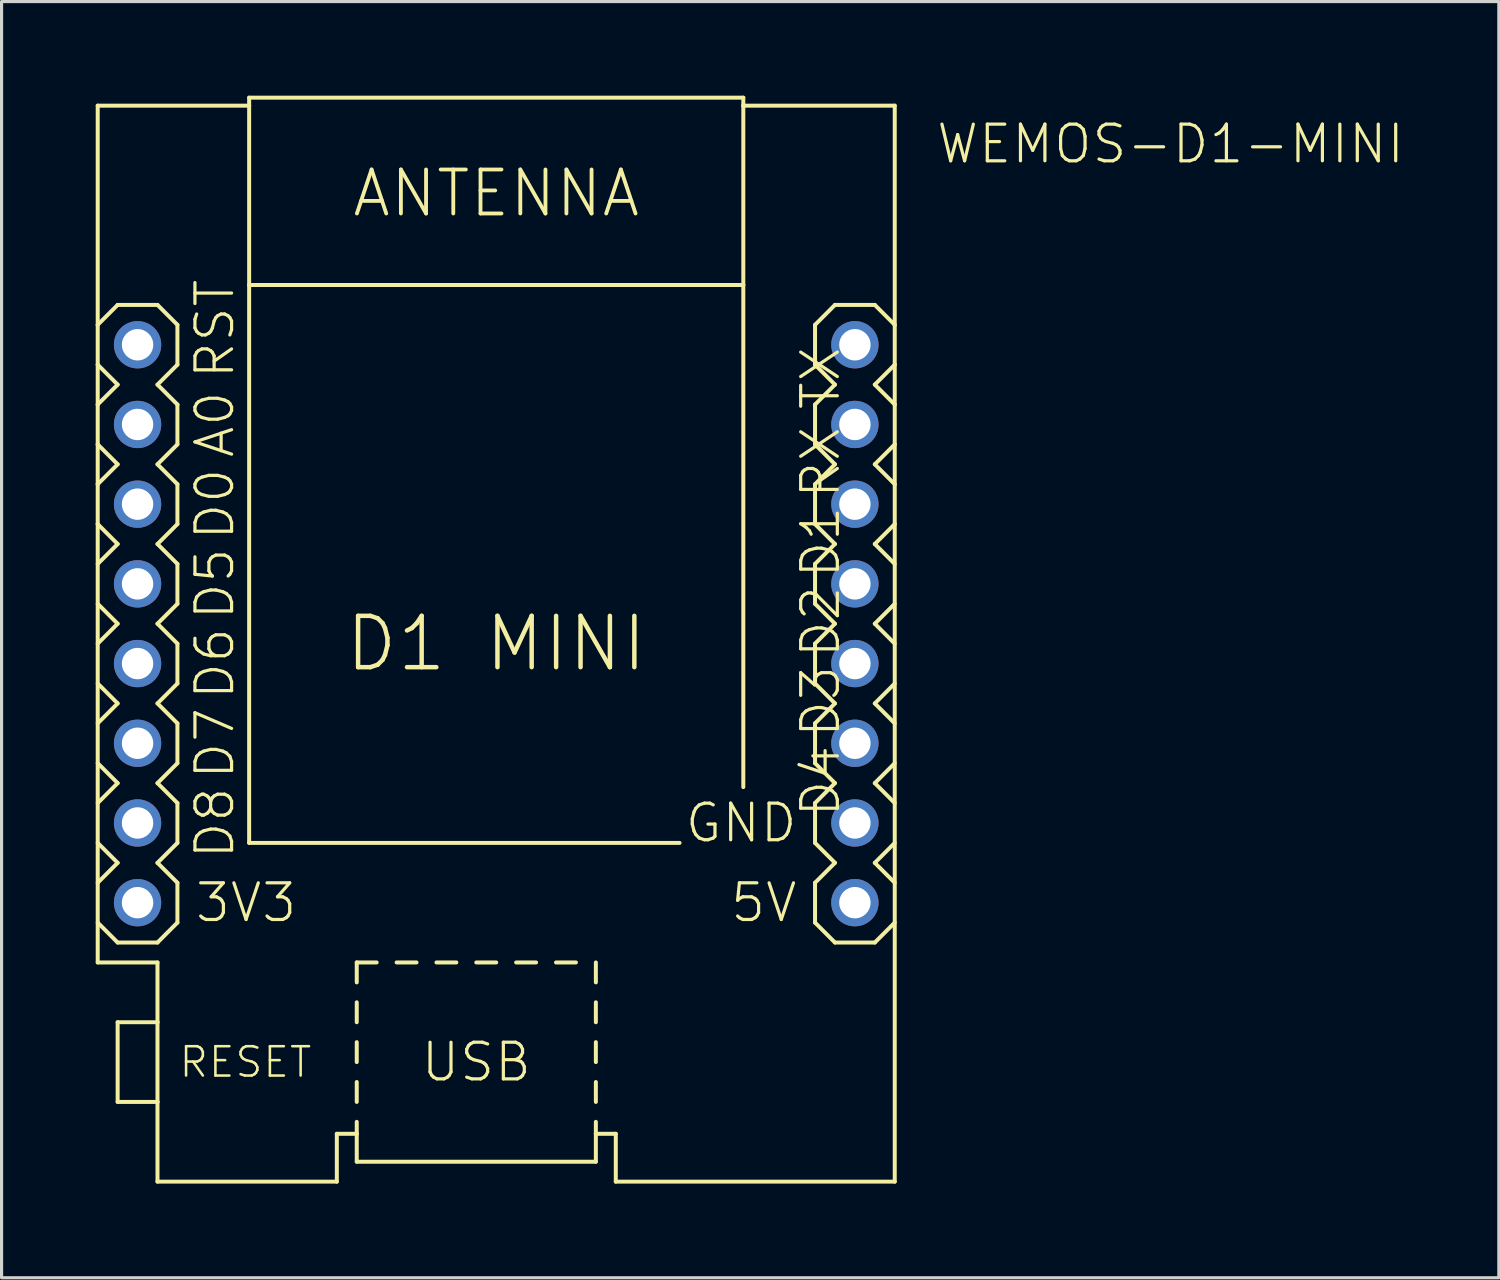
<source format=kicad_pcb>
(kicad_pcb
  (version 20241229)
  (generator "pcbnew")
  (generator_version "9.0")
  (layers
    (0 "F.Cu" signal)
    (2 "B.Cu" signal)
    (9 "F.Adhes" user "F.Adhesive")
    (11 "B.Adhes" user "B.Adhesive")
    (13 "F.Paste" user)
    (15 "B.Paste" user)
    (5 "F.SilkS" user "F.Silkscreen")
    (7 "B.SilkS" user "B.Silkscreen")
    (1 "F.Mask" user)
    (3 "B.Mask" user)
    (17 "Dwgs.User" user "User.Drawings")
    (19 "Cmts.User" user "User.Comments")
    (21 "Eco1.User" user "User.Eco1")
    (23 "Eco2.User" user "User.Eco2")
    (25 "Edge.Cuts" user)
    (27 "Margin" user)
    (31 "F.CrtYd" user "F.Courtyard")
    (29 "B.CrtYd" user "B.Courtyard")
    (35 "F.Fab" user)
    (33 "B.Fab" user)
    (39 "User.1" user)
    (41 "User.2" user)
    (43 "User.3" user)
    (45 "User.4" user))
  (footprint "WEMOS-D1-MINI"
    (layer "F.Cu")
    (at 12.764 17.462)
    (property "Reference" "WEMOS-D1-MINI" (at 13.97 -15.24 0) (layer "F.SilkS") (effects (font (size 1.168 1.168) (thickness 0.102)) (justify left bottom)))
    (fp_line (start -12.7 -17.145) (end -7.874 -17.145) (stroke (width 0.127) (type solid)) (layer "F.SilkS"))
    (fp_line (start -12.7 -10.16) (end -12.7 -17.145) (stroke (width 0.127) (type solid)) (layer "F.SilkS"))
    (fp_line (start -12.7 -10.16) (end -12.065 -10.795) (stroke (width 0.127) (type solid)) (layer "F.SilkS"))
    (fp_line (start -12.7 -8.89) (end -12.7 -10.16) (stroke (width 0.127) (type solid)) (layer "F.SilkS"))
    (fp_line (start -12.7 -7.62) (end -12.7 -8.89) (stroke (width 0.127) (type solid)) (layer "F.SilkS"))
    (fp_line (start -12.7 -7.62) (end -12.065 -8.255) (stroke (width 0.127) (type solid)) (layer "F.SilkS"))
    (fp_line (start -12.7 -6.35) (end -12.7 -7.62) (stroke (width 0.127) (type solid)) (layer "F.SilkS"))
    (fp_line (start -12.7 -5.08) (end -12.7 -6.35) (stroke (width 0.127) (type solid)) (layer "F.SilkS"))
    (fp_line (start -12.7 -5.08) (end -12.065 -5.715) (stroke (width 0.127) (type solid)) (layer "F.SilkS"))
    (fp_line (start -12.7 -3.81) (end -12.7 -5.08) (stroke (width 0.127) (type solid)) (layer "F.SilkS"))
    (fp_line (start -12.7 -3.81) (end -12.7 10.16) (stroke (width 0.127) (type solid)) (layer "F.SilkS"))
    (fp_line (start -12.7 -2.54) (end -12.065 -3.175) (stroke (width 0.127) (type solid)) (layer "F.SilkS"))
    (fp_line (start -12.7 -1.27) (end -12.065 -0.635) (stroke (width 0.127) (type solid)) (layer "F.SilkS"))
    (fp_line (start -12.7 1.27) (end -12.065 1.905) (stroke (width 0.127) (type solid)) (layer "F.SilkS"))
    (fp_line (start -12.7 3.81) (end -12.065 4.445) (stroke (width 0.127) (type solid)) (layer "F.SilkS"))
    (fp_line (start -12.7 6.35) (end -12.065 6.985) (stroke (width 0.127) (type solid)) (layer "F.SilkS"))
    (fp_line (start -12.7 8.89) (end -12.065 9.525) (stroke (width 0.127) (type solid)) (layer "F.SilkS"))
    (fp_line (start -12.7 10.16) (end -10.795 10.16) (stroke (width 0.127) (type solid)) (layer "F.SilkS"))
    (fp_line (start -12.065 -10.795) (end -10.795 -10.795) (stroke (width 0.127) (type solid)) (layer "F.SilkS"))
    (fp_line (start -12.065 -8.255) (end -12.7 -8.89) (stroke (width 0.127) (type solid)) (layer "F.SilkS"))
    (fp_line (start -12.065 -5.715) (end -12.7 -6.35) (stroke (width 0.127) (type solid)) (layer "F.SilkS"))
    (fp_line (start -12.065 -3.175) (end -12.7 -3.81) (stroke (width 0.127) (type solid)) (layer "F.SilkS"))
    (fp_line (start -12.065 -0.635) (end -12.7 0) (stroke (width 0.127) (type solid)) (layer "F.SilkS"))
    (fp_line (start -12.065 1.905) (end -12.7 2.54) (stroke (width 0.127) (type solid)) (layer "F.SilkS"))
    (fp_line (start -12.065 4.445) (end -12.7 5.08) (stroke (width 0.127) (type solid)) (layer "F.SilkS"))
    (fp_line (start -12.065 6.985) (end -12.7 7.62) (stroke (width 0.127) (type solid)) (layer "F.SilkS"))
    (fp_line (start -12.065 9.525) (end -10.795 9.525) (stroke (width 0.127) (type solid)) (layer "F.SilkS"))
    (fp_line (start -12.065 12.065) (end -12.065 14.605) (stroke (width 0.127) (type solid)) (layer "F.SilkS"))
    (fp_line (start -12.065 14.605) (end -10.795 14.605) (stroke (width 0.127) (type solid)) (layer "F.SilkS"))
    (fp_line (start -10.795 -10.795) (end -10.16 -10.16) (stroke (width 0.127) (type solid)) (layer "F.SilkS"))
    (fp_line (start -10.795 -8.255) (end -10.16 -7.62) (stroke (width 0.127) (type solid)) (layer "F.SilkS"))
    (fp_line (start -10.795 -5.715) (end -10.16 -5.08) (stroke (width 0.127) (type solid)) (layer "F.SilkS"))
    (fp_line (start -10.795 -3.175) (end -10.16 -2.54) (stroke (width 0.127) (type solid)) (layer "F.SilkS"))
    (fp_line (start -10.795 -0.635) (end -10.16 0) (stroke (width 0.127) (type solid)) (layer "F.SilkS"))
    (fp_line (start -10.795 1.905) (end -10.16 2.54) (stroke (width 0.127) (type solid)) (layer "F.SilkS"))
    (fp_line (start -10.795 4.445) (end -10.16 5.08) (stroke (width 0.127) (type solid)) (layer "F.SilkS"))
    (fp_line (start -10.795 9.525) (end -10.16 8.89) (stroke (width 0.127) (type solid)) (layer "F.SilkS"))
    (fp_line (start -10.795 10.16) (end -10.795 12.065) (stroke (width 0.127) (type solid)) (layer "F.SilkS"))
    (fp_line (start -10.795 12.065) (end -12.065 12.065) (stroke (width 0.127) (type solid)) (layer "F.SilkS"))
    (fp_line (start -10.795 12.065) (end -10.795 14.605) (stroke (width 0.127) (type solid)) (layer "F.SilkS"))
    (fp_line (start -10.795 14.605) (end -10.795 17.145) (stroke (width 0.127) (type solid)) (layer "F.SilkS"))
    (fp_line (start -10.795 17.145) (end -5.08 17.145) (stroke (width 0.127) (type solid)) (layer "F.SilkS"))
    (fp_line (start -10.16 -10.16) (end -10.16 -8.89) (stroke (width 0.127) (type solid)) (layer "F.SilkS"))
    (fp_line (start -10.16 -8.89) (end -10.795 -8.255) (stroke (width 0.127) (type solid)) (layer "F.SilkS"))
    (fp_line (start -10.16 -7.62) (end -10.16 -6.35) (stroke (width 0.127) (type solid)) (layer "F.SilkS"))
    (fp_line (start -10.16 -6.35) (end -10.795 -5.715) (stroke (width 0.127) (type solid)) (layer "F.SilkS"))
    (fp_line (start -10.16 -5.08) (end -10.16 -3.81) (stroke (width 0.127) (type solid)) (layer "F.SilkS"))
    (fp_line (start -10.16 -3.81) (end -10.795 -3.175) (stroke (width 0.127) (type solid)) (layer "F.SilkS"))
    (fp_line (start -10.16 -2.54) (end -10.16 -1.27) (stroke (width 0.127) (type solid)) (layer "F.SilkS"))
    (fp_line (start -10.16 -1.27) (end -10.795 -0.635) (stroke (width 0.127) (type solid)) (layer "F.SilkS"))
    (fp_line (start -10.16 0) (end -10.16 1.27) (stroke (width 0.127) (type solid)) (layer "F.SilkS"))
    (fp_line (start -10.16 1.27) (end -10.795 1.905) (stroke (width 0.127) (type solid)) (layer "F.SilkS"))
    (fp_line (start -10.16 2.54) (end -10.16 3.81) (stroke (width 0.127) (type solid)) (layer "F.SilkS"))
    (fp_line (start -10.16 3.81) (end -10.795 4.445) (stroke (width 0.127) (type solid)) (layer "F.SilkS"))
    (fp_line (start -10.16 5.08) (end -10.16 6.35) (stroke (width 0.127) (type solid)) (layer "F.SilkS"))
    (fp_line (start -10.16 6.35) (end -10.795 6.985) (stroke (width 0.127) (type solid)) (layer "F.SilkS"))
    (fp_line (start -10.16 7.62) (end -10.795 6.985) (stroke (width 0.127) (type solid)) (layer "F.SilkS"))
    (fp_line (start -10.16 8.89) (end -10.16 7.62) (stroke (width 0.127) (type solid)) (layer "F.SilkS"))
    (fp_line (start -7.874 -17.399) (end -7.874 -17.145) (stroke (width 0.127) (type solid)) (layer "F.SilkS"))
    (fp_line (start -7.874 -17.399) (end 7.874 -17.399) (stroke (width 0.127) (type solid)) (layer "F.SilkS"))
    (fp_line (start -7.874 -17.145) (end -7.874 -11.43) (stroke (width 0.127) (type solid)) (layer "F.SilkS"))
    (fp_line (start -7.874 -11.43) (end -7.874 6.35) (stroke (width 0.127) (type solid)) (layer "F.SilkS"))
    (fp_line (start -7.874 -11.43) (end 7.874 -11.43) (stroke (width 0.127) (type solid)) (layer "F.SilkS"))
    (fp_line (start -7.874 6.35) (end 5.842 6.35) (stroke (width 0.127) (type solid)) (layer "F.SilkS"))
    (fp_line (start -5.08 15.621) (end -4.445 15.621) (stroke (width 0.127) (type solid)) (layer "F.SilkS"))
    (fp_line (start -5.08 17.145) (end -5.08 15.621) (stroke (width 0.127) (type solid)) (layer "F.SilkS"))
    (fp_line (start -4.445 10.16) (end -4.445 10.795) (stroke (width 0.127) (type solid)) (layer "F.SilkS"))
    (fp_line (start -4.445 10.16) (end -3.81 10.16) (stroke (width 0.127) (type solid)) (layer "F.SilkS"))
    (fp_line (start -4.445 11.43) (end -4.445 12.065) (stroke (width 0.127) (type solid)) (layer "F.SilkS"))
    (fp_line (start -4.445 12.7) (end -4.445 13.335) (stroke (width 0.127) (type solid)) (layer "F.SilkS"))
    (fp_line (start -4.445 13.97) (end -4.445 14.605) (stroke (width 0.127) (type solid)) (layer "F.SilkS"))
    (fp_line (start -4.445 15.24) (end -4.445 15.621) (stroke (width 0.127) (type solid)) (layer "F.SilkS"))
    (fp_line (start -4.445 15.621) (end -4.445 16.51) (stroke (width 0.127) (type solid)) (layer "F.SilkS"))
    (fp_line (start -4.445 16.51) (end 3.175 16.51) (stroke (width 0.127) (type solid)) (layer "F.SilkS"))
    (fp_line (start -3.175 10.16) (end -2.54 10.16) (stroke (width 0.127) (type solid)) (layer "F.SilkS"))
    (fp_line (start -1.905 10.16) (end -1.27 10.16) (stroke (width 0.127) (type solid)) (layer "F.SilkS"))
    (fp_line (start -0.635 10.16) (end 0 10.16) (stroke (width 0.127) (type solid)) (layer "F.SilkS"))
    (fp_line (start 0.635 10.16) (end 1.27 10.16) (stroke (width 0.127) (type solid)) (layer "F.SilkS"))
    (fp_line (start 1.905 10.16) (end 2.54 10.16) (stroke (width 0.127) (type solid)) (layer "F.SilkS"))
    (fp_line (start 3.175 10.16) (end 3.175 10.795) (stroke (width 0.127) (type solid)) (layer "F.SilkS"))
    (fp_line (start 3.175 11.43) (end 3.175 12.065) (stroke (width 0.127) (type solid)) (layer "F.SilkS"))
    (fp_line (start 3.175 12.7) (end 3.175 13.335) (stroke (width 0.127) (type solid)) (layer "F.SilkS"))
    (fp_line (start 3.175 13.97) (end 3.175 14.605) (stroke (width 0.127) (type solid)) (layer "F.SilkS"))
    (fp_line (start 3.175 15.24) (end 3.175 15.621) (stroke (width 0.127) (type solid)) (layer "F.SilkS"))
    (fp_line (start 3.175 16.51) (end 3.175 15.621) (stroke (width 0.127) (type solid)) (layer "F.SilkS"))
    (fp_line (start 3.81 15.621) (end 3.175 15.621) (stroke (width 0.127) (type solid)) (layer "F.SilkS"))
    (fp_line (start 3.81 15.621) (end 3.81 17.145) (stroke (width 0.127) (type solid)) (layer "F.SilkS"))
    (fp_line (start 3.81 17.145) (end 12.7 17.145) (stroke (width 0.127) (type solid)) (layer "F.SilkS"))
    (fp_line (start 7.874 -17.399) (end 7.874 -17.145) (stroke (width 0.127) (type solid)) (layer "F.SilkS"))
    (fp_line (start 7.874 -17.145) (end 12.7 -17.145) (stroke (width 0.127) (type solid)) (layer "F.SilkS"))
    (fp_line (start 7.874 -11.43) (end 7.874 -17.145) (stroke (width 0.127) (type solid)) (layer "F.SilkS"))
    (fp_line (start 7.874 -11.43) (end 7.874 4.572) (stroke (width 0.127) (type solid)) (layer "F.SilkS"))
    (fp_line (start 10.16 -10.16) (end 10.795 -10.795) (stroke (width 0.127) (type solid)) (layer "F.SilkS"))
    (fp_line (start 10.16 -8.89) (end 10.16 -10.16) (stroke (width 0.127) (type solid)) (layer "F.SilkS"))
    (fp_line (start 10.16 -7.62) (end 10.795 -8.255) (stroke (width 0.127) (type solid)) (layer "F.SilkS"))
    (fp_line (start 10.16 -6.35) (end 10.16 -7.62) (stroke (width 0.127) (type solid)) (layer "F.SilkS"))
    (fp_line (start 10.16 -5.08) (end 10.795 -5.715) (stroke (width 0.127) (type solid)) (layer "F.SilkS"))
    (fp_line (start 10.16 -3.81) (end 10.16 -5.08) (stroke (width 0.127) (type solid)) (layer "F.SilkS"))
    (fp_line (start 10.16 -2.54) (end 10.16 -1.27) (stroke (width 0.127) (type solid)) (layer "F.SilkS"))
    (fp_line (start 10.16 -2.54) (end 10.795 -3.175) (stroke (width 0.127) (type solid)) (layer "F.SilkS"))
    (fp_line (start 10.16 -1.27) (end 10.795 -0.635) (stroke (width 0.127) (type solid)) (layer "F.SilkS"))
    (fp_line (start 10.16 0) (end 10.16 1.27) (stroke (width 0.127) (type solid)) (layer "F.SilkS"))
    (fp_line (start 10.16 1.27) (end 10.795 1.905) (stroke (width 0.127) (type solid)) (layer "F.SilkS"))
    (fp_line (start 10.16 3.81) (end 10.16 2.54) (stroke (width 0.127) (type solid)) (layer "F.SilkS"))
    (fp_line (start 10.16 3.81) (end 10.795 4.445) (stroke (width 0.127) (type solid)) (layer "F.SilkS"))
    (fp_line (start 10.16 6.35) (end 10.16 5.08) (stroke (width 0.127) (type solid)) (layer "F.SilkS"))
    (fp_line (start 10.16 6.35) (end 10.795 6.985) (stroke (width 0.127) (type solid)) (layer "F.SilkS"))
    (fp_line (start 10.16 7.62) (end 10.16 8.89) (stroke (width 0.127) (type solid)) (layer "F.SilkS"))
    (fp_line (start 10.16 8.89) (end 10.795 9.525) (stroke (width 0.127) (type solid)) (layer "F.SilkS"))
    (fp_line (start 10.795 -10.795) (end 12.065 -10.795) (stroke (width 0.127) (type solid)) (layer "F.SilkS"))
    (fp_line (start 10.795 -8.255) (end 10.16 -8.89) (stroke (width 0.127) (type solid)) (layer "F.SilkS"))
    (fp_line (start 10.795 -5.715) (end 10.16 -6.35) (stroke (width 0.127) (type solid)) (layer "F.SilkS"))
    (fp_line (start 10.795 -3.175) (end 10.16 -3.81) (stroke (width 0.127) (type solid)) (layer "F.SilkS"))
    (fp_line (start 10.795 -0.635) (end 10.16 0) (stroke (width 0.127) (type solid)) (layer "F.SilkS"))
    (fp_line (start 10.795 1.905) (end 10.16 2.54) (stroke (width 0.127) (type solid)) (layer "F.SilkS"))
    (fp_line (start 10.795 4.445) (end 10.16 5.08) (stroke (width 0.127) (type solid)) (layer "F.SilkS"))
    (fp_line (start 10.795 6.985) (end 10.16 7.62) (stroke (width 0.127) (type solid)) (layer "F.SilkS"))
    (fp_line (start 10.795 9.525) (end 12.065 9.525) (stroke (width 0.127) (type solid)) (layer "F.SilkS"))
    (fp_line (start 12.065 -10.795) (end 12.7 -10.16) (stroke (width 0.127) (type solid)) (layer "F.SilkS"))
    (fp_line (start 12.065 -8.255) (end 12.7 -7.62) (stroke (width 0.127) (type solid)) (layer "F.SilkS"))
    (fp_line (start 12.065 -5.715) (end 12.7 -5.08) (stroke (width 0.127) (type solid)) (layer "F.SilkS"))
    (fp_line (start 12.065 -3.175) (end 12.7 -2.54) (stroke (width 0.127) (type solid)) (layer "F.SilkS"))
    (fp_line (start 12.065 -0.635) (end 12.7 0) (stroke (width 0.127) (type solid)) (layer "F.SilkS"))
    (fp_line (start 12.065 1.905) (end 12.7 2.54) (stroke (width 0.127) (type solid)) (layer "F.SilkS"))
    (fp_line (start 12.065 4.445) (end 12.7 5.08) (stroke (width 0.127) (type solid)) (layer "F.SilkS"))
    (fp_line (start 12.065 9.525) (end 12.7 8.89) (stroke (width 0.127) (type solid)) (layer "F.SilkS"))
    (fp_line (start 12.7 -17.145) (end 12.7 -10.16) (stroke (width 0.127) (type solid)) (layer "F.SilkS"))
    (fp_line (start 12.7 -10.16) (end 12.7 -8.89) (stroke (width 0.127) (type solid)) (layer "F.SilkS"))
    (fp_line (start 12.7 -8.89) (end 12.065 -8.255) (stroke (width 0.127) (type solid)) (layer "F.SilkS"))
    (fp_line (start 12.7 -8.89) (end 12.7 -7.62) (stroke (width 0.127) (type solid)) (layer "F.SilkS"))
    (fp_line (start 12.7 -7.62) (end 12.7 -6.35) (stroke (width 0.127) (type solid)) (layer "F.SilkS"))
    (fp_line (start 12.7 -6.35) (end 12.065 -5.715) (stroke (width 0.127) (type solid)) (layer "F.SilkS"))
    (fp_line (start 12.7 -6.35) (end 12.7 -5.08) (stroke (width 0.127) (type solid)) (layer "F.SilkS"))
    (fp_line (start 12.7 -5.08) (end 12.7 -3.81) (stroke (width 0.127) (type solid)) (layer "F.SilkS"))
    (fp_line (start 12.7 -3.81) (end 12.065 -3.175) (stroke (width 0.127) (type solid)) (layer "F.SilkS"))
    (fp_line (start 12.7 -3.81) (end 12.7 17.145) (stroke (width 0.127) (type solid)) (layer "F.SilkS"))
    (fp_line (start 12.7 -1.27) (end 12.065 -0.635) (stroke (width 0.127) (type solid)) (layer "F.SilkS"))
    (fp_line (start 12.7 1.27) (end 12.065 1.905) (stroke (width 0.127) (type solid)) (layer "F.SilkS"))
    (fp_line (start 12.7 3.81) (end 12.065 4.445) (stroke (width 0.127) (type solid)) (layer "F.SilkS"))
    (fp_line (start 12.7 6.35) (end 12.065 6.985) (stroke (width 0.127) (type solid)) (layer "F.SilkS"))
    (fp_line (start 12.7 7.62) (end 12.065 6.985) (stroke (width 0.127) (type solid)) (layer "F.SilkS"))
    (fp_text user "D5" (at -9.652 -1.905 90) (layer "F.SilkS") (effects (font (size 1.168 1.168) (thickness 0.102)) (justify top)))
    (fp_text user "D4" (at 9.652 3.175 90) (layer "F.SilkS") (effects (font (size 1.168 1.168) (thickness 0.102)) (justify right top)))
    (fp_text user "D3" (at 9.652 0.635 90) (layer "F.SilkS") (effects (font (size 1.168 1.168) (thickness 0.102)) (justify right top)))
    (fp_text user "RESET" (at -10.16 13.335 0) (layer "F.SilkS") (effects (font (size 0.935 0.935) (thickness 0.081)) (justify left)))
    (fp_text user "USB" (at -0.635 13.335 0) (layer "F.SilkS") (effects (font (size 1.168 1.168) (thickness 0.102))))
    (fp_text user "D2" (at 9.652 -1.905 90) (layer "F.SilkS") (effects (font (size 1.168 1.168) (thickness 0.102)) (justify right top)))
    (fp_text user "D1" (at 9.652 -4.445 90) (layer "F.SilkS") (effects (font (size 1.168 1.168) (thickness 0.102)) (justify right top)))
    (fp_text user "A0" (at -9.652 -6.985 90) (layer "F.SilkS") (effects (font (size 1.168 1.168) (thickness 0.102)) (justify top)))
    (fp_text user "RST" (at -9.652 -10.033 90) (layer "F.SilkS") (effects (font (size 1.168 1.168) (thickness 0.102)) (justify top)))
    (fp_text user "GND" (at 9.652 5.715 0) (layer "F.SilkS") (effects (font (size 1.168 1.168) (thickness 0.102)) (justify right)))
    (fp_text user "D0" (at -9.652 -4.445 90) (layer "F.SilkS") (effects (font (size 1.168 1.168) (thickness 0.102)) (justify top)))
    (fp_text user "D7" (at -9.652 3.175 90) (layer "F.SilkS") (effects (font (size 1.168 1.168) (thickness 0.102)) (justify top)))
    (fp_text user "D6" (at -9.652 0.635 90) (layer "F.SilkS") (effects (font (size 1.168 1.168) (thickness 0.102)) (justify top)))
    (fp_text user "TX" (at 9.652 -9.525 90) (layer "F.SilkS") (effects (font (size 1.168 1.168) (thickness 0.102)) (justify right top)))
    (fp_text user "ANTENNA" (at 0 -14.351 0) (layer "F.SilkS") (effects (font (size 1.402 1.402) (thickness 0.122))))
    (fp_text user "5V" (at 9.652 8.255 0) (layer "F.SilkS") (effects (font (size 1.168 1.168) (thickness 0.102)) (justify right)))
    (fp_text user "3V3" (at -9.652 8.255 0) (layer "F.SilkS") (effects (font (size 1.168 1.168) (thickness 0.102)) (justify left)))
    (fp_text user "RX" (at 9.652 -6.985 90) (layer "F.SilkS") (effects (font (size 1.168 1.168) (thickness 0.102)) (justify right top)))
    (fp_text user "D1 MINI" (at 0 0 0) (layer "F.SilkS") (effects (font (size 1.636 1.636) (thickness 0.142))))
    (fp_text user "D8" (at -9.652 5.715 90) (layer "F.SilkS") (effects (font (size 1.168 1.168) (thickness 0.102)) (justify top)))
    (pad "JP1.1" thru_hole circle (at -11.43 -9.525) (size 1.508 1.508) (drill 1) (layers "*.Cu" "*.Mask"))
    (pad "JP1.2" thru_hole circle (at -11.43 -6.985) (size 1.508 1.508) (drill 1) (layers "*.Cu" "*.Mask"))
    (pad "JP1.3" thru_hole circle (at -11.43 -4.445) (size 1.508 1.508) (drill 1) (layers "*.Cu" "*.Mask"))
    (pad "JP1.4" thru_hole circle (at -11.43 -1.905) (size 1.508 1.508) (drill 1) (layers "*.Cu" "*.Mask"))
    (pad "JP1.5" thru_hole circle (at -11.43 0.635) (size 1.508 1.508) (drill 1) (layers "*.Cu" "*.Mask"))
    (pad "JP1.6" thru_hole circle (at -11.43 3.175) (size 1.508 1.508) (drill 1) (layers "*.Cu" "*.Mask"))
    (pad "JP1.7" thru_hole circle (at -11.43 5.715) (size 1.508 1.508) (drill 1) (layers "*.Cu" "*.Mask"))
    (pad "JP1.8" thru_hole circle (at -11.43 8.255) (size 1.508 1.508) (drill 1) (layers "*.Cu" "*.Mask"))
    (pad "JP2.1" thru_hole circle (at 11.43 -9.525) (size 1.508 1.508) (drill 1) (layers "*.Cu" "*.Mask"))
    (pad "JP2.2" thru_hole circle (at 11.43 -6.985) (size 1.508 1.508) (drill 1) (layers "*.Cu" "*.Mask"))
    (pad "JP2.3" thru_hole circle (at 11.43 -4.445) (size 1.508 1.508) (drill 1) (layers "*.Cu" "*.Mask"))
    (pad "JP2.4" thru_hole circle (at 11.43 -1.905) (size 1.508 1.508) (drill 1) (layers "*.Cu" "*.Mask"))
    (pad "JP2.5" thru_hole circle (at 11.43 0.635) (size 1.508 1.508) (drill 1) (layers "*.Cu" "*.Mask"))
    (pad "JP2.6" thru_hole circle (at 11.43 3.175) (size 1.508 1.508) (drill 1) (layers "*.Cu" "*.Mask"))
    (pad "JP2.7" thru_hole circle (at 11.43 5.715) (size 1.508 1.508) (drill 1) (layers "*.Cu" "*.Mask"))
    (pad "JP2.8" thru_hole circle (at 11.43 8.255) (size 1.508 1.508) (drill 1) (layers "*.Cu" "*.Mask")))
  (gr_rect
    (start -3 -3)
    (end 44.716 37.671)
    (stroke (width 0.1) (type default))
    (fill no)
    (layer "Edge.Cuts")))
</source>
